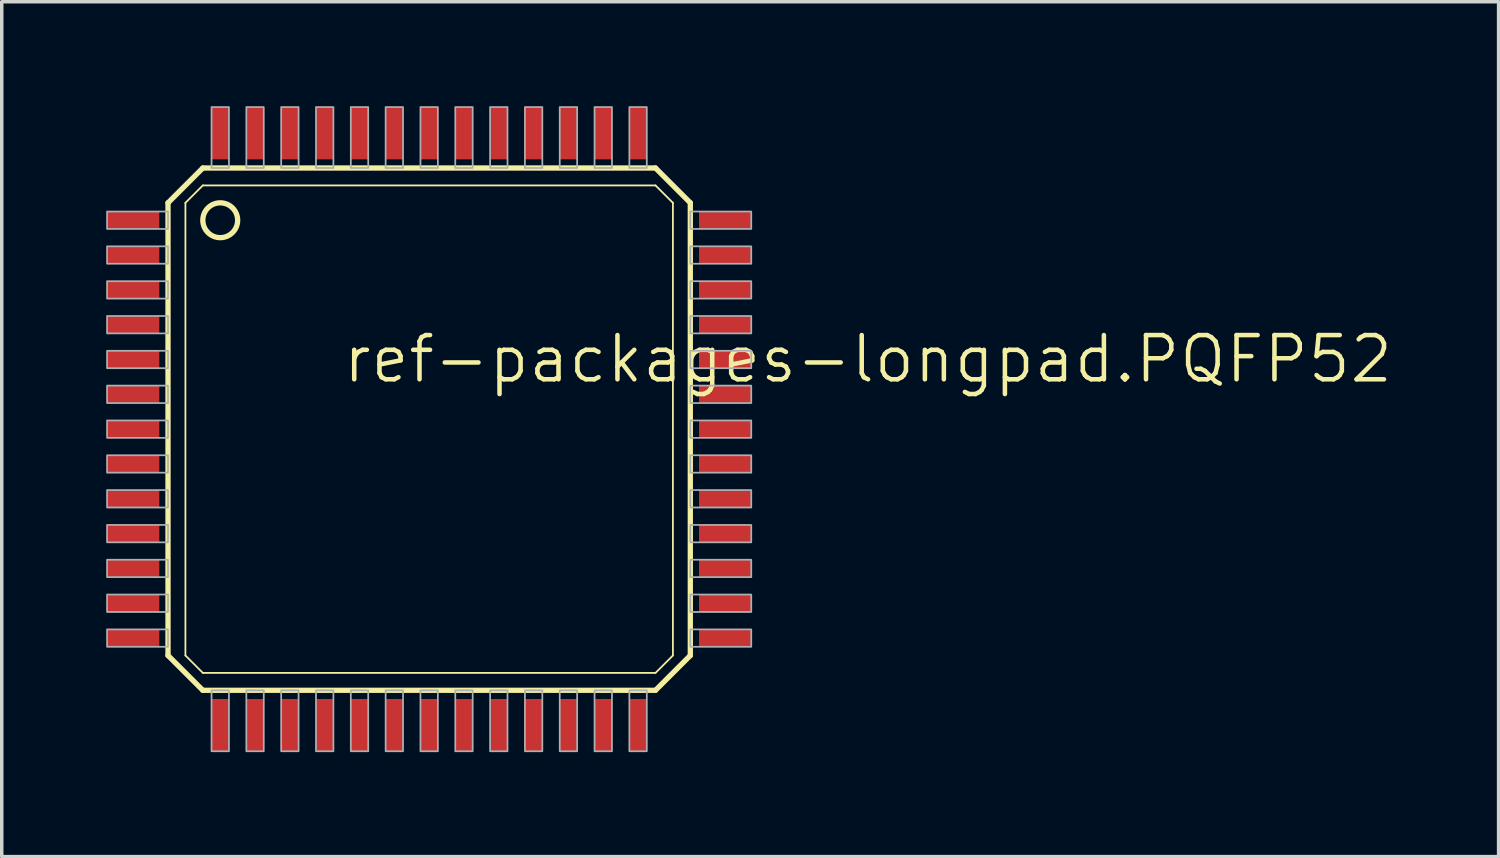
<source format=kicad_pcb>
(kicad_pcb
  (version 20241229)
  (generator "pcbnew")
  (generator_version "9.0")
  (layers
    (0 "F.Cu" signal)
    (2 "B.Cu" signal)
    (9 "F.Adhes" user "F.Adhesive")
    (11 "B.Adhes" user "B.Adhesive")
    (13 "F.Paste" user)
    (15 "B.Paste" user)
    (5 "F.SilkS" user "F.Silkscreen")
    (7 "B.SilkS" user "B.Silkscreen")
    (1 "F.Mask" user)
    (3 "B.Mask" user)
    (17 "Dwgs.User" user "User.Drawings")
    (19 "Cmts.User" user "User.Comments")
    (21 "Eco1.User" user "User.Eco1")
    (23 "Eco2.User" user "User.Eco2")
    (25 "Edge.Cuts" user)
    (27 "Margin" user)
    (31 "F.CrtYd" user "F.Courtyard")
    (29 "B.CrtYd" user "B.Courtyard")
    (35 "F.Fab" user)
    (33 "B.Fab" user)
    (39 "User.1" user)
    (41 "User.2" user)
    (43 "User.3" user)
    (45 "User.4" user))
  (footprint "ref-packages-longpad.PQFP52"
    (layer "F.Cu")
    (at 9.275 9.275)
    (property "Reference" "ref-packages-longpad.PQFP52" (at -2.54 -1.27 0) (layer "F.SilkS") (effects (font (size 1.27 1.27) (thickness 0.13)) (justify left bottom)))
    (attr smd)
    (fp_line (start -7.5 -6.5) (end -7.5 6.5) (stroke (width 0.152) (type default)) (layer "F.SilkS"))
    (fp_line (start -7.5 6.5) (end -6.5 7.5) (stroke (width 0.152) (type default)) (layer "F.SilkS"))
    (fp_line (start -7 -6.5) (end -7 6.5) (stroke (width 0.051) (type default)) (layer "F.SilkS"))
    (fp_line (start -7 6.5) (end -6.5 7) (stroke (width 0.051) (type default)) (layer "F.SilkS"))
    (fp_line (start -6.5 -7.5) (end -7.5 -6.5) (stroke (width 0.152) (type default)) (layer "F.SilkS"))
    (fp_line (start -6.5 -7) (end -7 -6.5) (stroke (width 0.051) (type default)) (layer "F.SilkS"))
    (fp_line (start -6.5 7) (end 6.5 7) (stroke (width 0.051) (type default)) (layer "F.SilkS"))
    (fp_line (start -6.5 7.5) (end 6.5 7.5) (stroke (width 0.152) (type default)) (layer "F.SilkS"))
    (fp_line (start 6.5 -7.5) (end -6.5 -7.5) (stroke (width 0.152) (type default)) (layer "F.SilkS"))
    (fp_line (start 6.5 -7) (end -6.5 -7) (stroke (width 0.051) (type default)) (layer "F.SilkS"))
    (fp_line (start 6.5 7) (end 7 6.5) (stroke (width 0.051) (type default)) (layer "F.SilkS"))
    (fp_line (start 6.5 7.5) (end 7.5 6.5) (stroke (width 0.152) (type default)) (layer "F.SilkS"))
    (fp_line (start 7 -6.5) (end 6.5 -7) (stroke (width 0.051) (type default)) (layer "F.SilkS"))
    (fp_line (start 7 6.5) (end 7 -6.5) (stroke (width 0.051) (type default)) (layer "F.SilkS"))
    (fp_line (start 7.5 -6.5) (end 6.5 -7.5) (stroke (width 0.152) (type default)) (layer "F.SilkS"))
    (fp_line (start 7.5 6.5) (end 7.5 -6.5) (stroke (width 0.152) (type default)) (layer "F.SilkS"))
    (fp_circle (center -6 -6) (end -5.5 -6) (stroke (width 0.152) (type default)) (fill no) (layer "F.SilkS"))
    (fp_rect (start -9.25 -5.75) (end -7.5 -6.25) (stroke (width 0.05) (type default)) (fill no) (layer "F.Fab"))
    (fp_rect (start -9.25 -4.75) (end -7.5 -5.25) (stroke (width 0.05) (type default)) (fill no) (layer "F.Fab"))
    (fp_rect (start -9.25 -3.75) (end -7.5 -4.25) (stroke (width 0.05) (type default)) (fill no) (layer "F.Fab"))
    (fp_rect (start -9.25 -2.75) (end -7.5 -3.25) (stroke (width 0.05) (type default)) (fill no) (layer "F.Fab"))
    (fp_rect (start -9.25 -1.75) (end -7.5 -2.25) (stroke (width 0.05) (type default)) (fill no) (layer "F.Fab"))
    (fp_rect (start -9.25 -0.75) (end -7.5 -1.25) (stroke (width 0.05) (type default)) (fill no) (layer "F.Fab"))
    (fp_rect (start -9.25 0.25) (end -7.5 -0.25) (stroke (width 0.05) (type default)) (fill no) (layer "F.Fab"))
    (fp_rect (start -9.25 1.25) (end -7.5 0.75) (stroke (width 0.05) (type default)) (fill no) (layer "F.Fab"))
    (fp_rect (start -9.25 2.25) (end -7.5 1.75) (stroke (width 0.05) (type default)) (fill no) (layer "F.Fab"))
    (fp_rect (start -9.25 3.25) (end -7.5 2.75) (stroke (width 0.05) (type default)) (fill no) (layer "F.Fab"))
    (fp_rect (start -9.25 4.25) (end -7.5 3.75) (stroke (width 0.05) (type default)) (fill no) (layer "F.Fab"))
    (fp_rect (start -9.25 5.25) (end -7.5 4.75) (stroke (width 0.05) (type default)) (fill no) (layer "F.Fab"))
    (fp_rect (start -9.25 6.25) (end -7.5 5.75) (stroke (width 0.05) (type default)) (fill no) (layer "F.Fab"))
    (fp_rect (start -6.25 -7.5) (end -5.75 -9.25) (stroke (width 0.05) (type default)) (fill no) (layer "F.Fab"))
    (fp_rect (start -6.25 9.25) (end -5.75 7.5) (stroke (width 0.05) (type default)) (fill no) (layer "F.Fab"))
    (fp_rect (start -5.25 -7.5) (end -4.75 -9.25) (stroke (width 0.05) (type default)) (fill no) (layer "F.Fab"))
    (fp_rect (start -5.25 9.25) (end -4.75 7.5) (stroke (width 0.05) (type default)) (fill no) (layer "F.Fab"))
    (fp_rect (start -4.25 -7.5) (end -3.75 -9.25) (stroke (width 0.05) (type default)) (fill no) (layer "F.Fab"))
    (fp_rect (start -4.25 9.25) (end -3.75 7.5) (stroke (width 0.05) (type default)) (fill no) (layer "F.Fab"))
    (fp_rect (start -3.25 -7.5) (end -2.75 -9.25) (stroke (width 0.05) (type default)) (fill no) (layer "F.Fab"))
    (fp_rect (start -3.25 9.25) (end -2.75 7.5) (stroke (width 0.05) (type default)) (fill no) (layer "F.Fab"))
    (fp_rect (start -2.25 -7.5) (end -1.75 -9.25) (stroke (width 0.05) (type default)) (fill no) (layer "F.Fab"))
    (fp_rect (start -2.25 9.25) (end -1.75 7.5) (stroke (width 0.05) (type default)) (fill no) (layer "F.Fab"))
    (fp_rect (start -1.25 -7.5) (end -0.75 -9.25) (stroke (width 0.05) (type default)) (fill no) (layer "F.Fab"))
    (fp_rect (start -1.25 9.25) (end -0.75 7.5) (stroke (width 0.05) (type default)) (fill no) (layer "F.Fab"))
    (fp_rect (start -0.25 -7.5) (end 0.25 -9.25) (stroke (width 0.05) (type default)) (fill no) (layer "F.Fab"))
    (fp_rect (start -0.25 9.25) (end 0.25 7.5) (stroke (width 0.05) (type default)) (fill no) (layer "F.Fab"))
    (fp_rect (start 0.75 -7.5) (end 1.25 -9.25) (stroke (width 0.05) (type default)) (fill no) (layer "F.Fab"))
    (fp_rect (start 0.75 9.25) (end 1.25 7.5) (stroke (width 0.05) (type default)) (fill no) (layer "F.Fab"))
    (fp_rect (start 1.75 -7.5) (end 2.25 -9.25) (stroke (width 0.05) (type default)) (fill no) (layer "F.Fab"))
    (fp_rect (start 1.75 9.25) (end 2.25 7.5) (stroke (width 0.05) (type default)) (fill no) (layer "F.Fab"))
    (fp_rect (start 2.75 -7.5) (end 3.25 -9.25) (stroke (width 0.05) (type default)) (fill no) (layer "F.Fab"))
    (fp_rect (start 2.75 9.25) (end 3.25 7.5) (stroke (width 0.05) (type default)) (fill no) (layer "F.Fab"))
    (fp_rect (start 3.75 -7.5) (end 4.25 -9.25) (stroke (width 0.05) (type default)) (fill no) (layer "F.Fab"))
    (fp_rect (start 3.75 9.25) (end 4.25 7.5) (stroke (width 0.05) (type default)) (fill no) (layer "F.Fab"))
    (fp_rect (start 4.75 -7.5) (end 5.25 -9.25) (stroke (width 0.05) (type default)) (fill no) (layer "F.Fab"))
    (fp_rect (start 4.75 9.25) (end 5.25 7.5) (stroke (width 0.05) (type default)) (fill no) (layer "F.Fab"))
    (fp_rect (start 5.75 -7.5) (end 6.25 -9.25) (stroke (width 0.05) (type default)) (fill no) (layer "F.Fab"))
    (fp_rect (start 5.75 9.25) (end 6.25 7.5) (stroke (width 0.05) (type default)) (fill no) (layer "F.Fab"))
    (fp_rect (start 7.5 -5.75) (end 9.25 -6.25) (stroke (width 0.05) (type default)) (fill no) (layer "F.Fab"))
    (fp_rect (start 7.5 -4.75) (end 9.25 -5.25) (stroke (width 0.05) (type default)) (fill no) (layer "F.Fab"))
    (fp_rect (start 7.5 -3.75) (end 9.25 -4.25) (stroke (width 0.05) (type default)) (fill no) (layer "F.Fab"))
    (fp_rect (start 7.5 -2.75) (end 9.25 -3.25) (stroke (width 0.05) (type default)) (fill no) (layer "F.Fab"))
    (fp_rect (start 7.5 -1.75) (end 9.25 -2.25) (stroke (width 0.05) (type default)) (fill no) (layer "F.Fab"))
    (fp_rect (start 7.5 -0.75) (end 9.25 -1.25) (stroke (width 0.05) (type default)) (fill no) (layer "F.Fab"))
    (fp_rect (start 7.5 0.25) (end 9.25 -0.25) (stroke (width 0.05) (type default)) (fill no) (layer "F.Fab"))
    (fp_rect (start 7.5 1.25) (end 9.25 0.75) (stroke (width 0.05) (type default)) (fill no) (layer "F.Fab"))
    (fp_rect (start 7.5 2.25) (end 9.25 1.75) (stroke (width 0.05) (type default)) (fill no) (layer "F.Fab"))
    (fp_rect (start 7.5 3.25) (end 9.25 2.75) (stroke (width 0.05) (type default)) (fill no) (layer "F.Fab"))
    (fp_rect (start 7.5 4.25) (end 9.25 3.75) (stroke (width 0.05) (type default)) (fill no) (layer "F.Fab"))
    (fp_rect (start 7.5 5.25) (end 9.25 4.75) (stroke (width 0.05) (type default)) (fill no) (layer "F.Fab"))
    (fp_rect (start 7.5 6.25) (end 9.25 5.75) (stroke (width 0.05) (type default)) (fill no) (layer "F.Fab"))
    (pad "1" smd roundrect (at -8.5 -6) (size 1.5 0.5) (layers "F.Cu" "F.Mask" "F.Paste") (roundrect_rratio 0.01))
    (pad "2" smd roundrect (at -8.5 -5) (size 1.5 0.5) (layers "F.Cu" "F.Mask" "F.Paste") (roundrect_rratio 0.01))
    (pad "3" smd roundrect (at -8.5 -4) (size 1.5 0.5) (layers "F.Cu" "F.Mask" "F.Paste") (roundrect_rratio 0.01))
    (pad "4" smd roundrect (at -8.5 -3) (size 1.5 0.5) (layers "F.Cu" "F.Mask" "F.Paste") (roundrect_rratio 0.01))
    (pad "5" smd roundrect (at -8.5 -2) (size 1.5 0.5) (layers "F.Cu" "F.Mask" "F.Paste") (roundrect_rratio 0.01))
    (pad "6" smd roundrect (at -8.5 -1) (size 1.5 0.5) (layers "F.Cu" "F.Mask" "F.Paste") (roundrect_rratio 0.01))
    (pad "7" smd roundrect (at -8.5 0) (size 1.5 0.5) (layers "F.Cu" "F.Mask" "F.Paste") (roundrect_rratio 0.01))
    (pad "8" smd roundrect (at -8.5 1) (size 1.5 0.5) (layers "F.Cu" "F.Mask" "F.Paste") (roundrect_rratio 0.01))
    (pad "9" smd roundrect (at -8.5 2) (size 1.5 0.5) (layers "F.Cu" "F.Mask" "F.Paste") (roundrect_rratio 0.01))
    (pad "10" smd roundrect (at -8.5 3) (size 1.5 0.5) (layers "F.Cu" "F.Mask" "F.Paste") (roundrect_rratio 0.01))
    (pad "11" smd roundrect (at -8.5 4) (size 1.5 0.5) (layers "F.Cu" "F.Mask" "F.Paste") (roundrect_rratio 0.01))
    (pad "12" smd roundrect (at -8.5 5) (size 1.5 0.5) (layers "F.Cu" "F.Mask" "F.Paste") (roundrect_rratio 0.01))
    (pad "13" smd roundrect (at -8.5 6) (size 1.5 0.5) (layers "F.Cu" "F.Mask" "F.Paste") (roundrect_rratio 0.01))
    (pad "14" smd roundrect (at -6 8.5) (size 0.5 1.5) (layers "F.Cu" "F.Mask" "F.Paste") (roundrect_rratio 0.01))
    (pad "15" smd roundrect (at -5 8.5) (size 0.5 1.5) (layers "F.Cu" "F.Mask" "F.Paste") (roundrect_rratio 0.01))
    (pad "16" smd roundrect (at -4 8.5) (size 0.5 1.5) (layers "F.Cu" "F.Mask" "F.Paste") (roundrect_rratio 0.01))
    (pad "17" smd roundrect (at -3 8.5) (size 0.5 1.5) (layers "F.Cu" "F.Mask" "F.Paste") (roundrect_rratio 0.01))
    (pad "18" smd roundrect (at -2 8.5) (size 0.5 1.5) (layers "F.Cu" "F.Mask" "F.Paste") (roundrect_rratio 0.01))
    (pad "19" smd roundrect (at -1 8.5) (size 0.5 1.5) (layers "F.Cu" "F.Mask" "F.Paste") (roundrect_rratio 0.01))
    (pad "20" smd roundrect (at 0 8.5) (size 0.5 1.5) (layers "F.Cu" "F.Mask" "F.Paste") (roundrect_rratio 0.01))
    (pad "21" smd roundrect (at 1 8.5) (size 0.5 1.5) (layers "F.Cu" "F.Mask" "F.Paste") (roundrect_rratio 0.01))
    (pad "22" smd roundrect (at 2 8.5) (size 0.5 1.5) (layers "F.Cu" "F.Mask" "F.Paste") (roundrect_rratio 0.01))
    (pad "23" smd roundrect (at 3 8.5) (size 0.5 1.5) (layers "F.Cu" "F.Mask" "F.Paste") (roundrect_rratio 0.01))
    (pad "24" smd roundrect (at 4 8.5) (size 0.5 1.5) (layers "F.Cu" "F.Mask" "F.Paste") (roundrect_rratio 0.01))
    (pad "25" smd roundrect (at 5 8.5) (size 0.5 1.5) (layers "F.Cu" "F.Mask" "F.Paste") (roundrect_rratio 0.01))
    (pad "26" smd roundrect (at 6 8.5) (size 0.5 1.5) (layers "F.Cu" "F.Mask" "F.Paste") (roundrect_rratio 0.01))
    (pad "27" smd roundrect (at 8.5 6) (size 1.5 0.5) (layers "F.Cu" "F.Mask" "F.Paste") (roundrect_rratio 0.01))
    (pad "28" smd roundrect (at 8.5 5) (size 1.5 0.5) (layers "F.Cu" "F.Mask" "F.Paste") (roundrect_rratio 0.01))
    (pad "29" smd roundrect (at 8.5 4) (size 1.5 0.5) (layers "F.Cu" "F.Mask" "F.Paste") (roundrect_rratio 0.01))
    (pad "30" smd roundrect (at 8.5 3) (size 1.5 0.5) (layers "F.Cu" "F.Mask" "F.Paste") (roundrect_rratio 0.01))
    (pad "31" smd roundrect (at 8.5 2) (size 1.5 0.5) (layers "F.Cu" "F.Mask" "F.Paste") (roundrect_rratio 0.01))
    (pad "32" smd roundrect (at 8.5 1) (size 1.5 0.5) (layers "F.Cu" "F.Mask" "F.Paste") (roundrect_rratio 0.01))
    (pad "33" smd roundrect (at 8.5 0) (size 1.5 0.5) (layers "F.Cu" "F.Mask" "F.Paste") (roundrect_rratio 0.01))
    (pad "34" smd roundrect (at 8.5 -1) (size 1.5 0.5) (layers "F.Cu" "F.Mask" "F.Paste") (roundrect_rratio 0.01))
    (pad "35" smd roundrect (at 8.5 -2) (size 1.5 0.5) (layers "F.Cu" "F.Mask" "F.Paste") (roundrect_rratio 0.01))
    (pad "36" smd roundrect (at 8.5 -3) (size 1.5 0.5) (layers "F.Cu" "F.Mask" "F.Paste") (roundrect_rratio 0.01))
    (pad "37" smd roundrect (at 8.5 -4) (size 1.5 0.5) (layers "F.Cu" "F.Mask" "F.Paste") (roundrect_rratio 0.01))
    (pad "38" smd roundrect (at 8.5 -5) (size 1.5 0.5) (layers "F.Cu" "F.Mask" "F.Paste") (roundrect_rratio 0.01))
    (pad "39" smd roundrect (at 8.5 -6) (size 1.5 0.5) (layers "F.Cu" "F.Mask" "F.Paste") (roundrect_rratio 0.01))
    (pad "40" smd roundrect (at 6 -8.5) (size 0.5 1.5) (layers "F.Cu" "F.Mask" "F.Paste") (roundrect_rratio 0.01))
    (pad "41" smd roundrect (at 5 -8.5) (size 0.5 1.5) (layers "F.Cu" "F.Mask" "F.Paste") (roundrect_rratio 0.01))
    (pad "42" smd roundrect (at 4 -8.5) (size 0.5 1.5) (layers "F.Cu" "F.Mask" "F.Paste") (roundrect_rratio 0.01))
    (pad "43" smd roundrect (at 3 -8.5) (size 0.5 1.5) (layers "F.Cu" "F.Mask" "F.Paste") (roundrect_rratio 0.01))
    (pad "44" smd roundrect (at 2 -8.5) (size 0.5 1.5) (layers "F.Cu" "F.Mask" "F.Paste") (roundrect_rratio 0.01))
    (pad "45" smd roundrect (at 1 -8.5) (size 0.5 1.5) (layers "F.Cu" "F.Mask" "F.Paste") (roundrect_rratio 0.01))
    (pad "46" smd roundrect (at 0 -8.5) (size 0.5 1.5) (layers "F.Cu" "F.Mask" "F.Paste") (roundrect_rratio 0.01))
    (pad "47" smd roundrect (at -1 -8.5) (size 0.5 1.5) (layers "F.Cu" "F.Mask" "F.Paste") (roundrect_rratio 0.01))
    (pad "48" smd roundrect (at -2 -8.5) (size 0.5 1.5) (layers "F.Cu" "F.Mask" "F.Paste") (roundrect_rratio 0.01))
    (pad "49" smd roundrect (at -3 -8.5) (size 0.5 1.5) (layers "F.Cu" "F.Mask" "F.Paste") (roundrect_rratio 0.01))
    (pad "50" smd roundrect (at -4 -8.5) (size 0.5 1.5) (layers "F.Cu" "F.Mask" "F.Paste") (roundrect_rratio 0.01))
    (pad "51" smd roundrect (at -5 -8.5) (size 0.5 1.5) (layers "F.Cu" "F.Mask" "F.Paste") (roundrect_rratio 0.01))
    (pad "52" smd roundrect (at -6 -8.5) (size 0.5 1.5) (layers "F.Cu" "F.Mask" "F.Paste") (roundrect_rratio 0.01)))
  (gr_rect
    (start -3 -3)
    (end 39.988 21.55)
    (stroke (width 0.1) (type default))
    (fill no)
    (layer "Edge.Cuts")))
</source>
